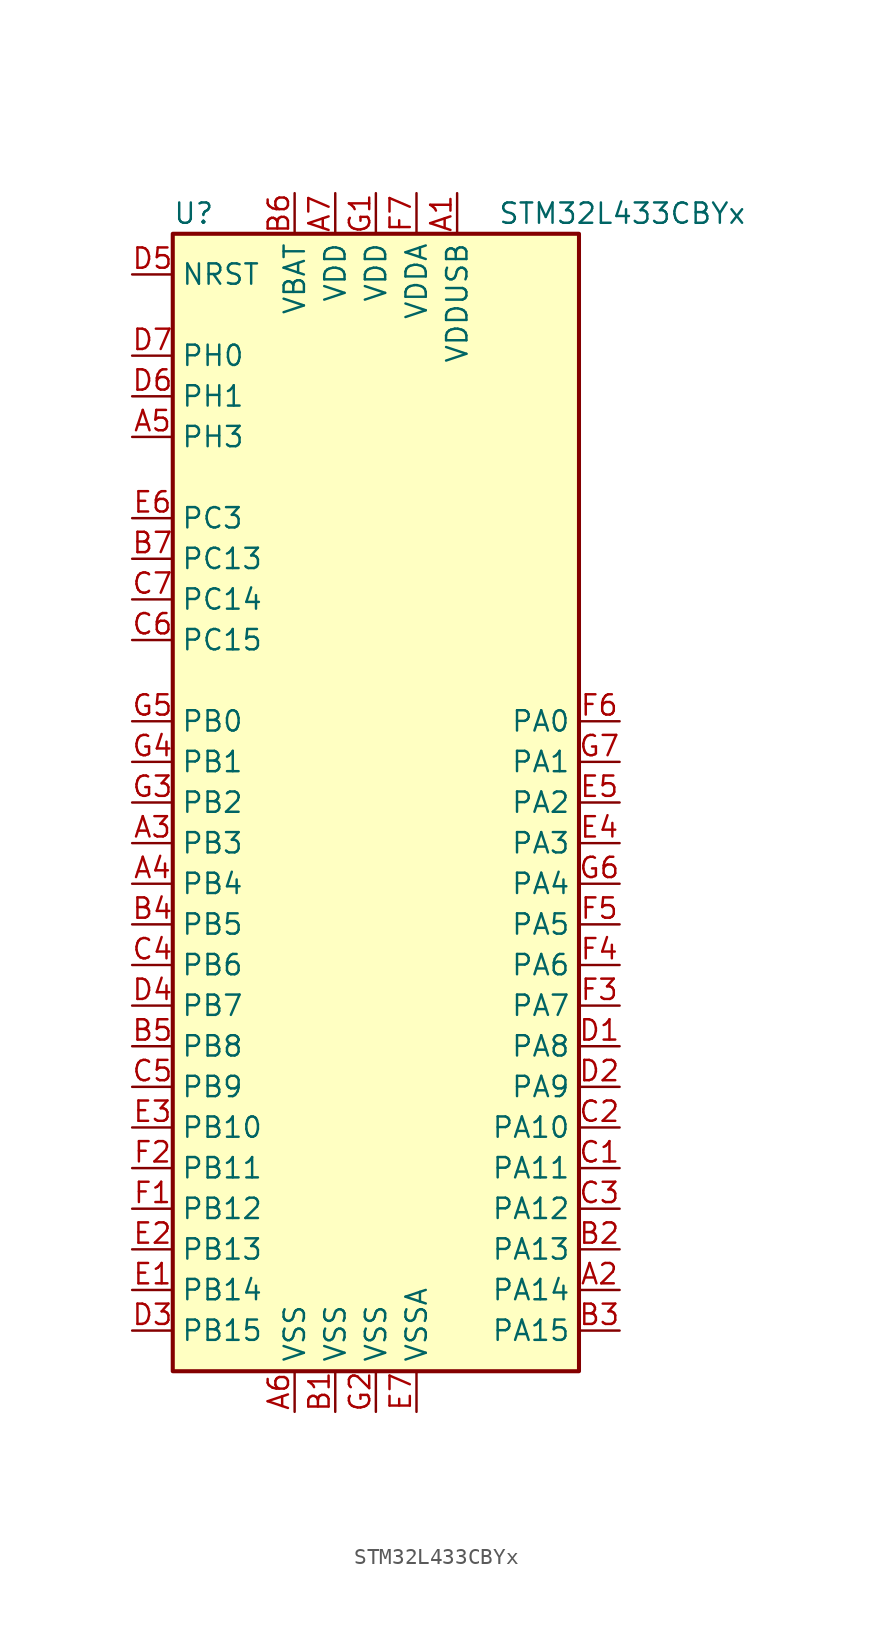
<source format=kicad_sym>
(kicad_symbol_lib
  (version 20201005)
  (generator kicad_symbol_editor)
  (symbol "MCU_ST_STM32L4:STM32L433CBYx"
    (property "Reference" "U"
      (at -12.7 36.83 0)
      (effects (font (size 1.27 1.27)) (justify left)))
    (property "Value" "STM32L433CBYx"
      (at 7.62 36.83 0)
      (effects (font (size 1.27 1.27)) (justify left)))
    (symbol "STM32L433CBYx_0_1"
      (rectangle (start -12.7 -35.56) (end 12.7 35.56) (stroke (width 0.254)) (fill (type background))))
    (symbol "STM32L433CBYx_1_1"
      (pin power_in line (at 5.08 38.1 270) (length 2.54) (name "VDDUSB" (effects (font (size 1.27 1.27)))) (number "A1" (effects (font (size 1.27 1.27)))))
      (pin bidirectional line (at 15.24 -30.48 180) (length 2.54) (name "PA14" (effects (font (size 1.27 1.27)))) (number "A2" (effects (font (size 1.27 1.27)))))
      (pin bidirectional line (at -15.24 -2.54 0) (length 2.54) (name "PB3" (effects (font (size 1.27 1.27)))) (number "A3" (effects (font (size 1.27 1.27)))))
      (pin bidirectional line (at -15.24 -5.08 0) (length 2.54) (name "PB4" (effects (font (size 1.27 1.27)))) (number "A4" (effects (font (size 1.27 1.27)))))
      (pin bidirectional line (at -15.24 22.86 0) (length 2.54) (name "PH3" (effects (font (size 1.27 1.27)))) (number "A5" (effects (font (size 1.27 1.27)))))
      (pin power_in line (at -5.08 -38.1 90) (length 2.54) (name "VSS" (effects (font (size 1.27 1.27)))) (number "A6" (effects (font (size 1.27 1.27)))))
      (pin power_in line (at -2.54 38.1 270) (length 2.54) (name "VDD" (effects (font (size 1.27 1.27)))) (number "A7" (effects (font (size 1.27 1.27)))))
      (pin power_in line (at -2.54 -38.1 90) (length 2.54) (name "VSS" (effects (font (size 1.27 1.27)))) (number "B1" (effects (font (size 1.27 1.27)))))
      (pin bidirectional line (at 15.24 -27.94 180) (length 2.54) (name "PA13" (effects (font (size 1.27 1.27)))) (number "B2" (effects (font (size 1.27 1.27)))))
      (pin bidirectional line (at 15.24 -33.02 180) (length 2.54) (name "PA15" (effects (font (size 1.27 1.27)))) (number "B3" (effects (font (size 1.27 1.27)))))
      (pin bidirectional line (at -15.24 -7.62 0) (length 2.54) (name "PB5" (effects (font (size 1.27 1.27)))) (number "B4" (effects (font (size 1.27 1.27)))))
      (pin bidirectional line (at -15.24 -15.24 0) (length 2.54) (name "PB8" (effects (font (size 1.27 1.27)))) (number "B5" (effects (font (size 1.27 1.27)))))
      (pin power_in line (at -5.08 38.1 270) (length 2.54) (name "VBAT" (effects (font (size 1.27 1.27)))) (number "B6" (effects (font (size 1.27 1.27)))))
      (pin bidirectional line (at -15.24 15.24 0) (length 2.54) (name "PC13" (effects (font (size 1.27 1.27)))) (number "B7" (effects (font (size 1.27 1.27)))))
      (pin bidirectional line (at 15.24 -22.86 180) (length 2.54) (name "PA11" (effects (font (size 1.27 1.27)))) (number "C1" (effects (font (size 1.27 1.27)))))
      (pin bidirectional line (at 15.24 -20.32 180) (length 2.54) (name "PA10" (effects (font (size 1.27 1.27)))) (number "C2" (effects (font (size 1.27 1.27)))))
      (pin bidirectional line (at 15.24 -25.4 180) (length 2.54) (name "PA12" (effects (font (size 1.27 1.27)))) (number "C3" (effects (font (size 1.27 1.27)))))
      (pin bidirectional line (at -15.24 -10.16 0) (length 2.54) (name "PB6" (effects (font (size 1.27 1.27)))) (number "C4" (effects (font (size 1.27 1.27)))))
      (pin bidirectional line (at -15.24 -17.78 0) (length 2.54) (name "PB9" (effects (font (size 1.27 1.27)))) (number "C5" (effects (font (size 1.27 1.27)))))
      (pin bidirectional line (at -15.24 10.16 0) (length 2.54) (name "PC15" (effects (font (size 1.27 1.27)))) (number "C6" (effects (font (size 1.27 1.27)))))
      (pin bidirectional line (at -15.24 12.7 0) (length 2.54) (name "PC14" (effects (font (size 1.27 1.27)))) (number "C7" (effects (font (size 1.27 1.27)))))
      (pin bidirectional line (at 15.24 -15.24 180) (length 2.54) (name "PA8" (effects (font (size 1.27 1.27)))) (number "D1" (effects (font (size 1.27 1.27)))))
      (pin bidirectional line (at 15.24 -17.78 180) (length 2.54) (name "PA9" (effects (font (size 1.27 1.27)))) (number "D2" (effects (font (size 1.27 1.27)))))
      (pin bidirectional line (at -15.24 -33.02 0) (length 2.54) (name "PB15" (effects (font (size 1.27 1.27)))) (number "D3" (effects (font (size 1.27 1.27)))))
      (pin bidirectional line (at -15.24 -12.7 0) (length 2.54) (name "PB7" (effects (font (size 1.27 1.27)))) (number "D4" (effects (font (size 1.27 1.27)))))
      (pin input line (at -15.24 33.02 0) (length 2.54) (name "NRST" (effects (font (size 1.27 1.27)))) (number "D5" (effects (font (size 1.27 1.27)))))
      (pin input line (at -15.24 25.4 0) (length 2.54) (name "PH1" (effects (font (size 1.27 1.27)))) (number "D6" (effects (font (size 1.27 1.27)))))
      (pin input line (at -15.24 27.94 0) (length 2.54) (name "PH0" (effects (font (size 1.27 1.27)))) (number "D7" (effects (font (size 1.27 1.27)))))
      (pin bidirectional line (at -15.24 -30.48 0) (length 2.54) (name "PB14" (effects (font (size 1.27 1.27)))) (number "E1" (effects (font (size 1.27 1.27)))))
      (pin bidirectional line (at -15.24 -27.94 0) (length 2.54) (name "PB13" (effects (font (size 1.27 1.27)))) (number "E2" (effects (font (size 1.27 1.27)))))
      (pin bidirectional line (at -15.24 -20.32 0) (length 2.54) (name "PB10" (effects (font (size 1.27 1.27)))) (number "E3" (effects (font (size 1.27 1.27)))))
      (pin bidirectional line (at 15.24 -2.54 180) (length 2.54) (name "PA3" (effects (font (size 1.27 1.27)))) (number "E4" (effects (font (size 1.27 1.27)))))
      (pin bidirectional line (at 15.24 0 180) (length 2.54) (name "PA2" (effects (font (size 1.27 1.27)))) (number "E5" (effects (font (size 1.27 1.27)))))
      (pin bidirectional line (at -15.24 17.78 0) (length 2.54) (name "PC3" (effects (font (size 1.27 1.27)))) (number "E6" (effects (font (size 1.27 1.27)))))
      (pin power_in line (at 2.54 -38.1 90) (length 2.54) (name "VSSA" (effects (font (size 1.27 1.27)))) (number "E7" (effects (font (size 1.27 1.27)))))
      (pin bidirectional line (at -15.24 -25.4 0) (length 2.54) (name "PB12" (effects (font (size 1.27 1.27)))) (number "F1" (effects (font (size 1.27 1.27)))))
      (pin bidirectional line (at -15.24 -22.86 0) (length 2.54) (name "PB11" (effects (font (size 1.27 1.27)))) (number "F2" (effects (font (size 1.27 1.27)))))
      (pin bidirectional line (at 15.24 -12.7 180) (length 2.54) (name "PA7" (effects (font (size 1.27 1.27)))) (number "F3" (effects (font (size 1.27 1.27)))))
      (pin bidirectional line (at 15.24 -10.16 180) (length 2.54) (name "PA6" (effects (font (size 1.27 1.27)))) (number "F4" (effects (font (size 1.27 1.27)))))
      (pin bidirectional line (at 15.24 -7.62 180) (length 2.54) (name "PA5" (effects (font (size 1.27 1.27)))) (number "F5" (effects (font (size 1.27 1.27)))))
      (pin bidirectional line (at 15.24 5.08 180) (length 2.54) (name "PA0" (effects (font (size 1.27 1.27)))) (number "F6" (effects (font (size 1.27 1.27)))))
      (pin power_in line (at 2.54 38.1 270) (length 2.54) (name "VDDA" (effects (font (size 1.27 1.27)))) (number "F7" (effects (font (size 1.27 1.27)))))
      (pin power_in line (at 0 38.1 270) (length 2.54) (name "VDD" (effects (font (size 1.27 1.27)))) (number "G1" (effects (font (size 1.27 1.27)))))
      (pin power_in line (at 0 -38.1 90) (length 2.54) (name "VSS" (effects (font (size 1.27 1.27)))) (number "G2" (effects (font (size 1.27 1.27)))))
      (pin bidirectional line (at -15.24 0 0) (length 2.54) (name "PB2" (effects (font (size 1.27 1.27)))) (number "G3" (effects (font (size 1.27 1.27)))))
      (pin bidirectional line (at -15.24 2.54 0) (length 2.54) (name "PB1" (effects (font (size 1.27 1.27)))) (number "G4" (effects (font (size 1.27 1.27)))))
      (pin bidirectional line (at -15.24 5.08 0) (length 2.54) (name "PB0" (effects (font (size 1.27 1.27)))) (number "G5" (effects (font (size 1.27 1.27)))))
      (pin bidirectional line (at 15.24 -5.08 180) (length 2.54) (name "PA4" (effects (font (size 1.27 1.27)))) (number "G6" (effects (font (size 1.27 1.27)))))
      (pin bidirectional line (at 15.24 2.54 180) (length 2.54) (name "PA1" (effects (font (size 1.27 1.27)))) (number "G7" (effects (font (size 1.27 1.27))))))))
</source>
